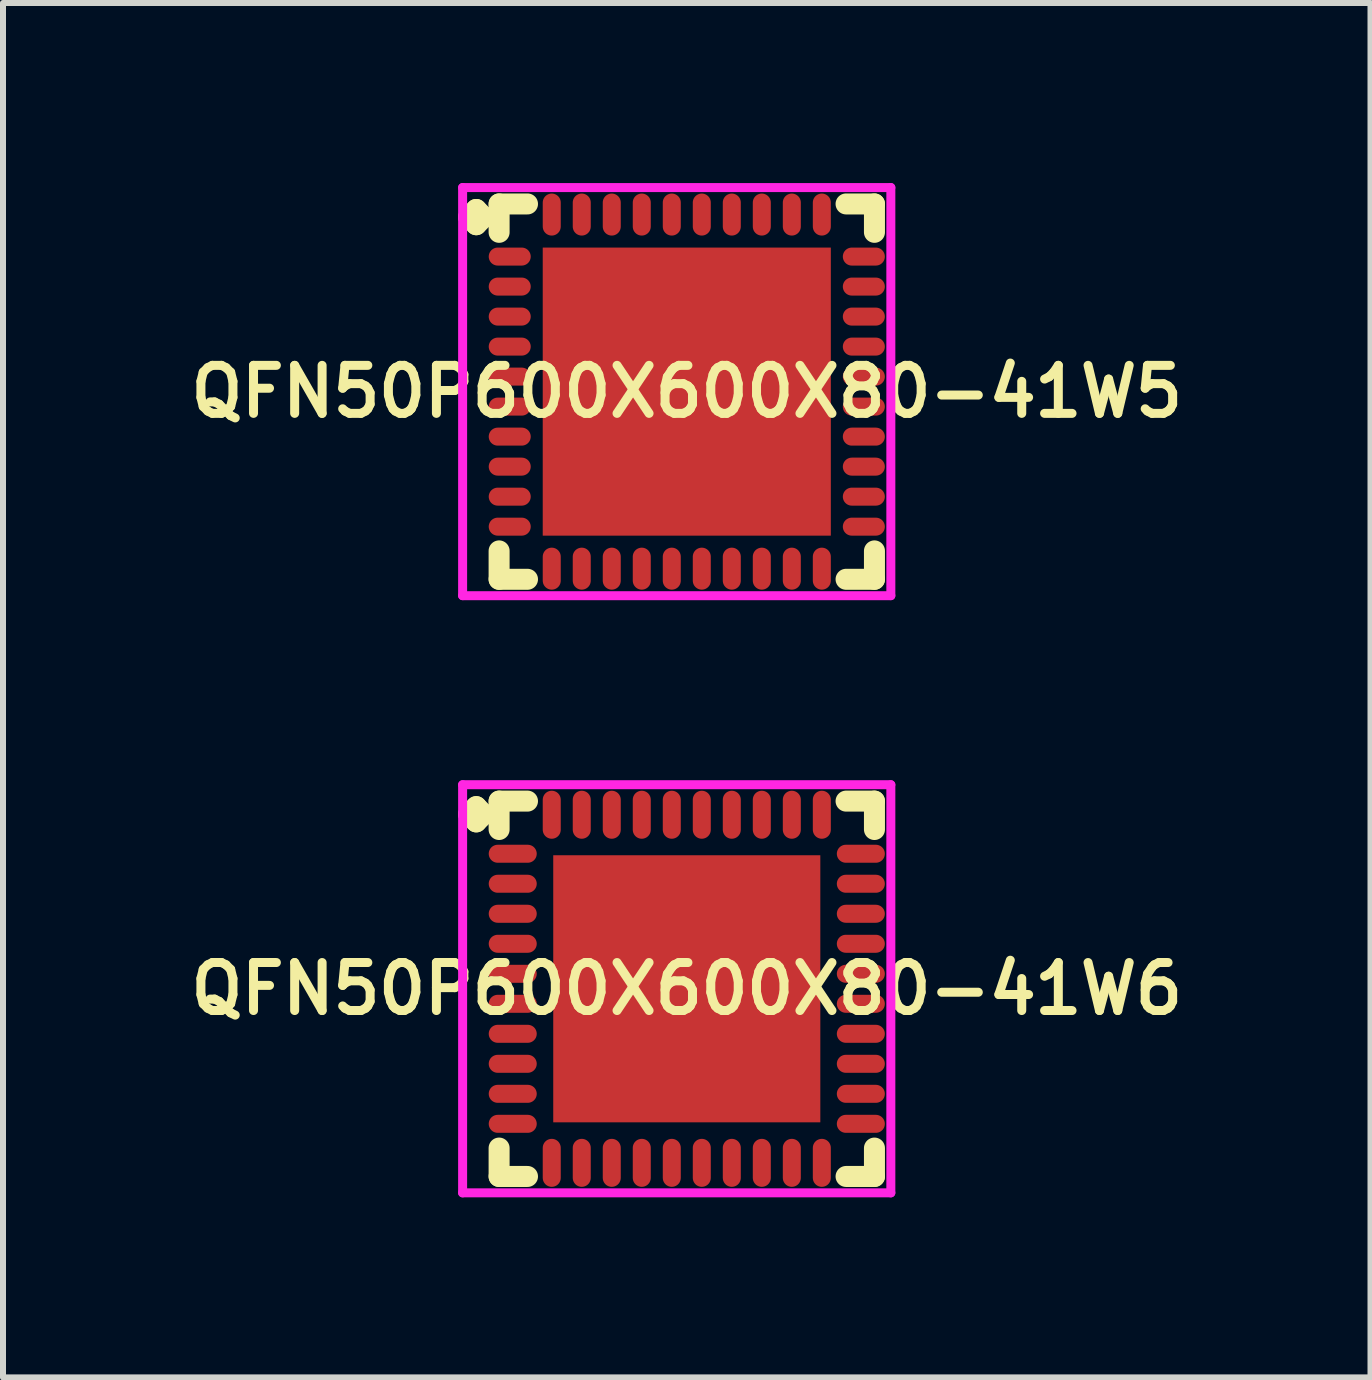
<source format=kicad_pcb>
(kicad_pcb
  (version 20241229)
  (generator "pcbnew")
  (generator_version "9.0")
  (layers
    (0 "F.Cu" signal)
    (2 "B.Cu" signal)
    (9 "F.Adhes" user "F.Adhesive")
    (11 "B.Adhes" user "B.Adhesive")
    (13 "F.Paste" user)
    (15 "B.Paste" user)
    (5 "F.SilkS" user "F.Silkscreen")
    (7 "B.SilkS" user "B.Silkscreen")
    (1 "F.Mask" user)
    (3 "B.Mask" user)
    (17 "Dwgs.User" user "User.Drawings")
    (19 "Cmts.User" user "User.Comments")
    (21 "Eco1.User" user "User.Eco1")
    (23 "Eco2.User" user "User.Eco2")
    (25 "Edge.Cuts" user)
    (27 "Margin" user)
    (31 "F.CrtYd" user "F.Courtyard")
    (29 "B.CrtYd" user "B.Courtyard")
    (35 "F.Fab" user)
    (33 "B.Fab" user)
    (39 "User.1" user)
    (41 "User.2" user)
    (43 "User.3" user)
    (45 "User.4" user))
  (footprint "QFN50P600X600X80-41W5"
    (layer "F.Cu")
    (at 8.393 3.475)
    (property "Reference" "QFN50P600X600X80-41W5" (at 0 0 0) (layer "F.SilkS") (effects (font (size 0.8 0.8) (thickness 0.15))))
    (attr smd)
    (fp_line (start -3.635 -2.908) (end -3.508 -3.035) (stroke (width 0.35) (type solid)) (layer "F.SilkS"))
    (fp_line (start -3.508 -3.035) (end -3.381 -2.908) (stroke (width 0.35) (type solid)) (layer "F.SilkS"))
    (fp_line (start -3.508 -2.781) (end -3.635 -2.908) (stroke (width 0.35) (type solid)) (layer "F.SilkS"))
    (fp_line (start -3.381 -2.908) (end -3.508 -2.781) (stroke (width 0.35) (type solid)) (layer "F.SilkS"))
    (fp_line (start -3.127 -3.127) (end -2.654 -3.127) (stroke (width 0.35) (type solid)) (layer "F.SilkS"))
    (fp_line (start -3.127 -2.654) (end -3.127 -3.127) (stroke (width 0.35) (type solid)) (layer "F.SilkS"))
    (fp_line (start -3.127 2.654) (end -3.127 3.127) (stroke (width 0.35) (type solid)) (layer "F.SilkS"))
    (fp_line (start -3.127 3.127) (end -2.654 3.127) (stroke (width 0.35) (type solid)) (layer "F.SilkS"))
    (fp_line (start 2.654 -3.127) (end 3.127 -3.127) (stroke (width 0.35) (type solid)) (layer "F.SilkS"))
    (fp_line (start 2.654 3.127) (end 3.127 3.127) (stroke (width 0.35) (type solid)) (layer "F.SilkS"))
    (fp_line (start 3.127 -3.127) (end 3.127 -2.654) (stroke (width 0.35) (type solid)) (layer "F.SilkS"))
    (fp_line (start 3.127 3.127) (end 3.127 2.654) (stroke (width 0.35) (type solid)) (layer "F.SilkS"))
    (fp_line (start -3.735 -3.4) (end 3.4 -3.4) (stroke (width 0.15) (type solid)) (layer "F.CrtYd"))
    (fp_line (start -3.735 3.4) (end -3.735 -3.4) (stroke (width 0.15) (type solid)) (layer "F.CrtYd"))
    (fp_line (start 3.4 -3.4) (end 3.4 3.4) (stroke (width 0.15) (type solid)) (layer "F.CrtYd"))
    (fp_line (start 3.4 3.4) (end -3.735 3.4) (stroke (width 0.15) (type solid)) (layer "F.CrtYd"))
    (pad "1" smd oval (at -2.95 -2.25) (size 0.7 0.3) (layers "F.Cu" "F.Mask" "F.Paste"))
    (pad "2" smd oval (at -2.95 -1.75) (size 0.7 0.3) (layers "F.Cu" "F.Mask" "F.Paste"))
    (pad "3" smd oval (at -2.95 -1.25) (size 0.7 0.3) (layers "F.Cu" "F.Mask" "F.Paste"))
    (pad "4" smd oval (at -2.95 -0.75) (size 0.7 0.3) (layers "F.Cu" "F.Mask" "F.Paste"))
    (pad "5" smd oval (at -2.95 -0.25) (size 0.7 0.3) (layers "F.Cu" "F.Mask" "F.Paste"))
    (pad "6" smd oval (at -2.95 0.25) (size 0.7 0.3) (layers "F.Cu" "F.Mask" "F.Paste"))
    (pad "7" smd oval (at -2.95 0.75) (size 0.7 0.3) (layers "F.Cu" "F.Mask" "F.Paste"))
    (pad "8" smd oval (at -2.95 1.25) (size 0.7 0.3) (layers "F.Cu" "F.Mask" "F.Paste"))
    (pad "9" smd oval (at -2.95 1.75) (size 0.7 0.3) (layers "F.Cu" "F.Mask" "F.Paste"))
    (pad "10" smd oval (at -2.95 2.25) (size 0.7 0.3) (layers "F.Cu" "F.Mask" "F.Paste"))
    (pad "11" smd oval (at -2.25 2.95) (size 0.3 0.7) (layers "F.Cu" "F.Mask" "F.Paste"))
    (pad "12" smd oval (at -1.75 2.95) (size 0.3 0.7) (layers "F.Cu" "F.Mask" "F.Paste"))
    (pad "13" smd oval (at -1.25 2.95) (size 0.3 0.7) (layers "F.Cu" "F.Mask" "F.Paste"))
    (pad "14" smd oval (at -0.75 2.95) (size 0.3 0.7) (layers "F.Cu" "F.Mask" "F.Paste"))
    (pad "15" smd oval (at -0.25 2.95) (size 0.3 0.7) (layers "F.Cu" "F.Mask" "F.Paste"))
    (pad "16" smd oval (at 0.25 2.95) (size 0.3 0.7) (layers "F.Cu" "F.Mask" "F.Paste"))
    (pad "17" smd oval (at 0.75 2.95) (size 0.3 0.7) (layers "F.Cu" "F.Mask" "F.Paste"))
    (pad "18" smd oval (at 1.25 2.95) (size 0.3 0.7) (layers "F.Cu" "F.Mask" "F.Paste"))
    (pad "19" smd oval (at 1.75 2.95) (size 0.3 0.7) (layers "F.Cu" "F.Mask" "F.Paste"))
    (pad "20" smd oval (at 2.25 2.95) (size 0.3 0.7) (layers "F.Cu" "F.Mask" "F.Paste"))
    (pad "21" smd oval (at 2.95 2.25) (size 0.7 0.3) (layers "F.Cu" "F.Mask" "F.Paste"))
    (pad "22" smd oval (at 2.95 1.75) (size 0.7 0.3) (layers "F.Cu" "F.Mask" "F.Paste"))
    (pad "23" smd oval (at 2.95 1.25) (size 0.7 0.3) (layers "F.Cu" "F.Mask" "F.Paste"))
    (pad "24" smd oval (at 2.95 0.75) (size 0.7 0.3) (layers "F.Cu" "F.Mask" "F.Paste"))
    (pad "25" smd oval (at 2.95 0.25) (size 0.7 0.3) (layers "F.Cu" "F.Mask" "F.Paste"))
    (pad "26" smd oval (at 2.95 -0.25) (size 0.7 0.3) (layers "F.Cu" "F.Mask" "F.Paste"))
    (pad "27" smd oval (at 2.95 -0.75) (size 0.7 0.3) (layers "F.Cu" "F.Mask" "F.Paste"))
    (pad "28" smd oval (at 2.95 -1.25) (size 0.7 0.3) (layers "F.Cu" "F.Mask" "F.Paste"))
    (pad "29" smd oval (at 2.95 -1.75) (size 0.7 0.3) (layers "F.Cu" "F.Mask" "F.Paste"))
    (pad "30" smd oval (at 2.95 -2.25) (size 0.7 0.3) (layers "F.Cu" "F.Mask" "F.Paste"))
    (pad "31" smd oval (at 2.25 -2.95) (size 0.3 0.7) (layers "F.Cu" "F.Mask" "F.Paste"))
    (pad "32" smd oval (at 1.75 -2.95) (size 0.3 0.7) (layers "F.Cu" "F.Mask" "F.Paste"))
    (pad "33" smd oval (at 1.25 -2.95) (size 0.3 0.7) (layers "F.Cu" "F.Mask" "F.Paste"))
    (pad "34" smd oval (at 0.75 -2.95) (size 0.3 0.7) (layers "F.Cu" "F.Mask" "F.Paste"))
    (pad "35" smd oval (at 0.25 -2.95) (size 0.3 0.7) (layers "F.Cu" "F.Mask" "F.Paste"))
    (pad "36" smd oval (at -0.25 -2.95) (size 0.3 0.7) (layers "F.Cu" "F.Mask" "F.Paste"))
    (pad "37" smd oval (at -0.75 -2.95) (size 0.3 0.7) (layers "F.Cu" "F.Mask" "F.Paste"))
    (pad "38" smd oval (at -1.25 -2.95) (size 0.3 0.7) (layers "F.Cu" "F.Mask" "F.Paste"))
    (pad "39" smd oval (at -1.75 -2.95) (size 0.3 0.7) (layers "F.Cu" "F.Mask" "F.Paste"))
    (pad "40" smd oval (at -2.25 -2.95) (size 0.3 0.7) (layers "F.Cu" "F.Mask" "F.Paste"))
    (pad "41" smd rect (at 0 0) (size 4.8 4.8) (layers "F.Cu" "F.Mask" "F.Paste")))
  (footprint "QFN50P600X600X80-41W6"
    (layer "F.Cu")
    (at 8.393 13.425)
    (property "Reference" "QFN50P600X600X80-41W6" (at 0 0 0) (layer "F.SilkS") (effects (font (size 0.8 0.8) (thickness 0.15))))
    (attr smd)
    (fp_line (start -3.635 -2.908) (end -3.508 -3.035) (stroke (width 0.35) (type solid)) (layer "F.SilkS"))
    (fp_line (start -3.508 -3.035) (end -3.381 -2.908) (stroke (width 0.35) (type solid)) (layer "F.SilkS"))
    (fp_line (start -3.508 -2.781) (end -3.635 -2.908) (stroke (width 0.35) (type solid)) (layer "F.SilkS"))
    (fp_line (start -3.381 -2.908) (end -3.508 -2.781) (stroke (width 0.35) (type solid)) (layer "F.SilkS"))
    (fp_line (start -3.127 -3.127) (end -2.654 -3.127) (stroke (width 0.35) (type solid)) (layer "F.SilkS"))
    (fp_line (start -3.127 -2.654) (end -3.127 -3.127) (stroke (width 0.35) (type solid)) (layer "F.SilkS"))
    (fp_line (start -3.127 2.654) (end -3.127 3.127) (stroke (width 0.35) (type solid)) (layer "F.SilkS"))
    (fp_line (start -3.127 3.127) (end -2.654 3.127) (stroke (width 0.35) (type solid)) (layer "F.SilkS"))
    (fp_line (start 2.654 -3.127) (end 3.127 -3.127) (stroke (width 0.35) (type solid)) (layer "F.SilkS"))
    (fp_line (start 2.654 3.127) (end 3.127 3.127) (stroke (width 0.35) (type solid)) (layer "F.SilkS"))
    (fp_line (start 3.127 -3.127) (end 3.127 -2.654) (stroke (width 0.35) (type solid)) (layer "F.SilkS"))
    (fp_line (start 3.127 3.127) (end 3.127 2.654) (stroke (width 0.35) (type solid)) (layer "F.SilkS"))
    (fp_line (start -3.735 -3.4) (end 3.4 -3.4) (stroke (width 0.15) (type solid)) (layer "F.CrtYd"))
    (fp_line (start -3.735 3.4) (end -3.735 -3.4) (stroke (width 0.15) (type solid)) (layer "F.CrtYd"))
    (fp_line (start 3.4 -3.4) (end 3.4 3.4) (stroke (width 0.15) (type solid)) (layer "F.CrtYd"))
    (fp_line (start 3.4 3.4) (end -3.735 3.4) (stroke (width 0.15) (type solid)) (layer "F.CrtYd"))
    (pad "1" smd oval (at -2.9 -2.25) (size 0.8 0.3) (layers "F.Cu" "F.Mask" "F.Paste"))
    (pad "2" smd oval (at -2.9 -1.75) (size 0.8 0.3) (layers "F.Cu" "F.Mask" "F.Paste"))
    (pad "3" smd oval (at -2.9 -1.25) (size 0.8 0.3) (layers "F.Cu" "F.Mask" "F.Paste"))
    (pad "4" smd oval (at -2.9 -0.75) (size 0.8 0.3) (layers "F.Cu" "F.Mask" "F.Paste"))
    (pad "5" smd oval (at -2.9 -0.25) (size 0.8 0.3) (layers "F.Cu" "F.Mask" "F.Paste"))
    (pad "6" smd oval (at -2.9 0.25) (size 0.8 0.3) (layers "F.Cu" "F.Mask" "F.Paste"))
    (pad "7" smd oval (at -2.9 0.75) (size 0.8 0.3) (layers "F.Cu" "F.Mask" "F.Paste"))
    (pad "8" smd oval (at -2.9 1.25) (size 0.8 0.3) (layers "F.Cu" "F.Mask" "F.Paste"))
    (pad "9" smd oval (at -2.9 1.75) (size 0.8 0.3) (layers "F.Cu" "F.Mask" "F.Paste"))
    (pad "10" smd oval (at -2.9 2.25) (size 0.8 0.3) (layers "F.Cu" "F.Mask" "F.Paste"))
    (pad "11" smd oval (at -2.25 2.9) (size 0.3 0.8) (layers "F.Cu" "F.Mask" "F.Paste"))
    (pad "12" smd oval (at -1.75 2.9) (size 0.3 0.8) (layers "F.Cu" "F.Mask" "F.Paste"))
    (pad "13" smd oval (at -1.25 2.9) (size 0.3 0.8) (layers "F.Cu" "F.Mask" "F.Paste"))
    (pad "14" smd oval (at -0.75 2.9) (size 0.3 0.8) (layers "F.Cu" "F.Mask" "F.Paste"))
    (pad "15" smd oval (at -0.25 2.9) (size 0.3 0.8) (layers "F.Cu" "F.Mask" "F.Paste"))
    (pad "16" smd oval (at 0.25 2.9) (size 0.3 0.8) (layers "F.Cu" "F.Mask" "F.Paste"))
    (pad "17" smd oval (at 0.75 2.9) (size 0.3 0.8) (layers "F.Cu" "F.Mask" "F.Paste"))
    (pad "18" smd oval (at 1.25 2.9) (size 0.3 0.8) (layers "F.Cu" "F.Mask" "F.Paste"))
    (pad "19" smd oval (at 1.75 2.9) (size 0.3 0.8) (layers "F.Cu" "F.Mask" "F.Paste"))
    (pad "20" smd oval (at 2.25 2.9) (size 0.3 0.8) (layers "F.Cu" "F.Mask" "F.Paste"))
    (pad "21" smd oval (at 2.9 2.25) (size 0.8 0.3) (layers "F.Cu" "F.Mask" "F.Paste"))
    (pad "22" smd oval (at 2.9 1.75) (size 0.8 0.3) (layers "F.Cu" "F.Mask" "F.Paste"))
    (pad "23" smd oval (at 2.9 1.25) (size 0.8 0.3) (layers "F.Cu" "F.Mask" "F.Paste"))
    (pad "24" smd oval (at 2.9 0.75) (size 0.8 0.3) (layers "F.Cu" "F.Mask" "F.Paste"))
    (pad "25" smd oval (at 2.9 0.25) (size 0.8 0.3) (layers "F.Cu" "F.Mask" "F.Paste"))
    (pad "26" smd oval (at 2.9 -0.25) (size 0.8 0.3) (layers "F.Cu" "F.Mask" "F.Paste"))
    (pad "27" smd oval (at 2.9 -0.75) (size 0.8 0.3) (layers "F.Cu" "F.Mask" "F.Paste"))
    (pad "28" smd oval (at 2.9 -1.25) (size 0.8 0.3) (layers "F.Cu" "F.Mask" "F.Paste"))
    (pad "29" smd oval (at 2.9 -1.75) (size 0.8 0.3) (layers "F.Cu" "F.Mask" "F.Paste"))
    (pad "30" smd oval (at 2.9 -2.25) (size 0.8 0.3) (layers "F.Cu" "F.Mask" "F.Paste"))
    (pad "31" smd oval (at 2.25 -2.9) (size 0.3 0.8) (layers "F.Cu" "F.Mask" "F.Paste"))
    (pad "32" smd oval (at 1.75 -2.9) (size 0.3 0.8) (layers "F.Cu" "F.Mask" "F.Paste"))
    (pad "33" smd oval (at 1.25 -2.9) (size 0.3 0.8) (layers "F.Cu" "F.Mask" "F.Paste"))
    (pad "34" smd oval (at 0.75 -2.9) (size 0.3 0.8) (layers "F.Cu" "F.Mask" "F.Paste"))
    (pad "35" smd oval (at 0.25 -2.9) (size 0.3 0.8) (layers "F.Cu" "F.Mask" "F.Paste"))
    (pad "36" smd oval (at -0.25 -2.9) (size 0.3 0.8) (layers "F.Cu" "F.Mask" "F.Paste"))
    (pad "37" smd oval (at -0.75 -2.9) (size 0.3 0.8) (layers "F.Cu" "F.Mask" "F.Paste"))
    (pad "38" smd oval (at -1.25 -2.9) (size 0.3 0.8) (layers "F.Cu" "F.Mask" "F.Paste"))
    (pad "39" smd oval (at -1.75 -2.9) (size 0.3 0.8) (layers "F.Cu" "F.Mask" "F.Paste"))
    (pad "40" smd oval (at -2.25 -2.9) (size 0.3 0.8) (layers "F.Cu" "F.Mask" "F.Paste"))
    (pad "41" smd rect (at 0 0) (size 4.45 4.45) (layers "F.Cu" "F.Mask" "F.Paste")))
  (gr_rect
    (start -3 -3)
    (end 19.785 19.9)
    (stroke (width 0.1) (type default))
    (fill no)
    (layer "Edge.Cuts")))
</source>
